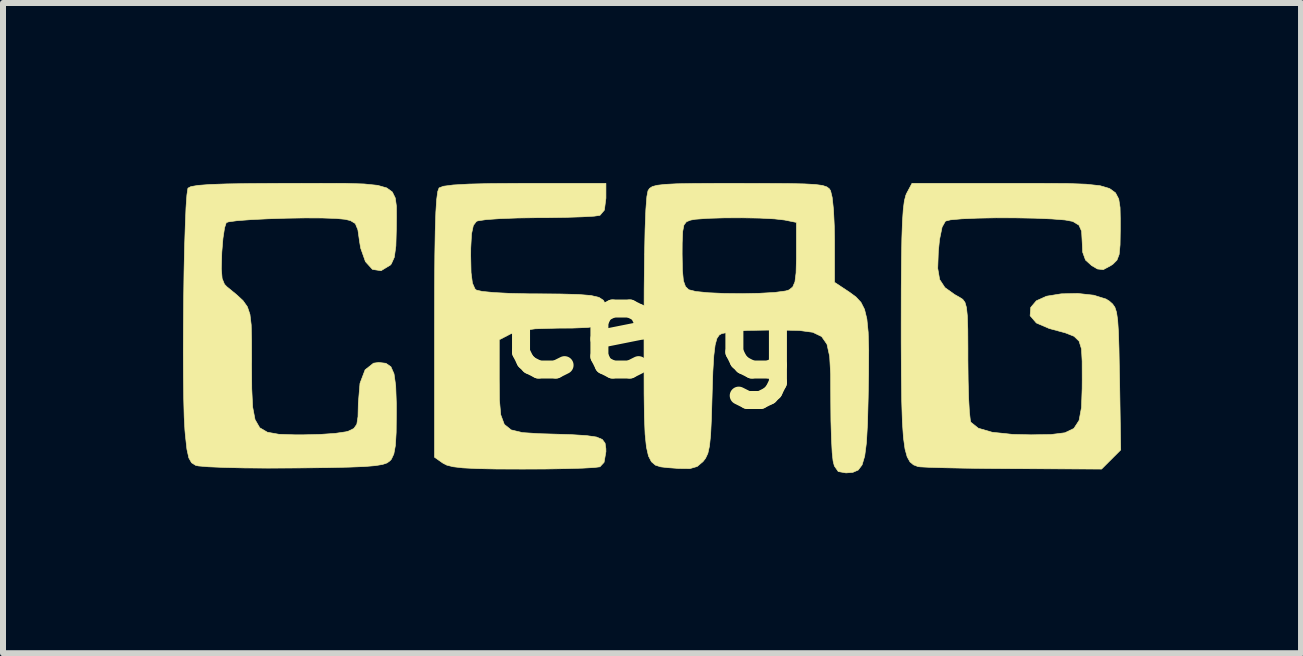
<source format=kicad_pcb>
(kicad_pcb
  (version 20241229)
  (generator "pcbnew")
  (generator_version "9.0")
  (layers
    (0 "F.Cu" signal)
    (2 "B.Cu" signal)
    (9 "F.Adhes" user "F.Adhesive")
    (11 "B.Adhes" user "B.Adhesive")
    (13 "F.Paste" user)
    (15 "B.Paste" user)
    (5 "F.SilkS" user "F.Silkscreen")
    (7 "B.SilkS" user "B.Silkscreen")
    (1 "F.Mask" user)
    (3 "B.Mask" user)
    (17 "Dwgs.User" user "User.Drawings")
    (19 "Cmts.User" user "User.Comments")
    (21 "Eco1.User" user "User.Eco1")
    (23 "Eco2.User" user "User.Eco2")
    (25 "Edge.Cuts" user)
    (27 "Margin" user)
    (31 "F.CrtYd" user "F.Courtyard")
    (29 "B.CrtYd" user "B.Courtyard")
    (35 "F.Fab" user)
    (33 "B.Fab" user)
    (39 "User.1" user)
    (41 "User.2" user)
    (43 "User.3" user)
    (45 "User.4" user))
  (footprint "cerg"
    (layer "F.Cu")
    (at 7.811 2.419)
    (property "Reference" "cerg" (at 0 0 0) (layer "F.SilkS") (effects (font (size 1.524 1.524) (thickness 0.3))))
    (attr smd)
    (fp_poly (pts (xy -0.762 -2.166) (xy -0.788 -1.967) (xy -0.862 -1.88) (xy -0.959 -1.866) (xy -1.158 -1.855) (xy -1.432 -1.846) (xy -1.757 -1.841) (xy -1.894 -1.841) (xy -2.232 -1.836) (xy -2.528 -1.825) (xy -2.758 -1.809) (xy -2.897 -1.788) (xy -2.921 -1.779) (xy -2.972 -1.711) (xy -3.002 -1.571) (xy -3.015 -1.337) (xy -3.016 -1.207) (xy -3.01 -0.926) (xy -2.987 -0.75) (xy -2.945 -0.655) (xy -2.921 -0.634) (xy -2.825 -0.612) (xy -2.629 -0.593) (xy -2.357 -0.579) (xy -2.037 -0.572) (xy -1.937 -0.572) (xy -1.524 -0.569) (xy -1.221 -0.561) (xy -1.011 -0.544) (xy -0.877 -0.512) (xy -0.802 -0.462) (xy -0.769 -0.391) (xy -0.762 -0.293) (xy -0.762 -0.285) (xy -0.771 -0.167) (xy -0.81 -0.087) (xy -0.902 -0.038) (xy -1.065 -0.011) (xy -1.32 -0.001) (xy -1.564 0) (xy -1.939 0.011) (xy -2.204 0.046) (xy -2.353 0.097) (xy -2.54 0.194) (xy -2.54 0.847) (xy -2.537 1.199) (xy -2.515 1.445) (xy -2.456 1.604) (xy -2.342 1.696) (xy -2.155 1.741) (xy -1.876 1.759) (xy -1.704 1.764) (xy -1.34 1.775) (xy -1.085 1.791) (xy -0.918 1.815) (xy -0.822 1.856) (xy -0.776 1.918) (xy -0.763 2.008) (xy -0.762 2.058) (xy -0.793 2.237) (xy -0.862 2.311) (xy -0.956 2.323) (xy -1.154 2.334) (xy -1.435 2.342) (xy -1.778 2.348) (xy -2.15 2.349) (xy -2.586 2.348) (xy -2.912 2.341) (xy -3.148 2.329) (xy -3.31 2.31) (xy -3.416 2.283) (xy -3.478 2.251) (xy -3.619 2.152) (xy -3.619 -0.054) (xy -3.618 -0.692) (xy -3.614 -1.211) (xy -3.607 -1.62) (xy -3.597 -1.929) (xy -3.583 -2.145) (xy -3.565 -2.278) (xy -3.543 -2.337) (xy -3.47 -2.365) (xy -3.308 -2.386) (xy -3.048 -2.401) (xy -2.68 -2.41) (xy -2.196 -2.413) (xy -2.115 -2.413) (xy -0.762 -2.413) (xy -0.762 -2.166)) (stroke (width 0.01) (type solid)) (fill yes) (layer "F.SilkS"))
    (fp_poly (pts (xy -5.1 -2.413) (xy -4.791 -2.403) (xy -4.567 -2.38) (xy -4.415 -2.337) (xy -4.322 -2.269) (xy -4.273 -2.169) (xy -4.254 -2.032) (xy -4.253 -1.852) (xy -4.255 -1.66) (xy -4.263 -1.369) (xy -4.289 -1.181) (xy -4.339 -1.07) (xy -4.354 -1.052) (xy -4.51 -0.957) (xy -4.653 -0.979) (xy -4.77 -1.108) (xy -4.85 -1.334) (xy -4.868 -1.443) (xy -4.896 -1.639) (xy -4.939 -1.743) (xy -5.019 -1.792) (xy -5.11 -1.814) (xy -5.259 -1.828) (xy -5.49 -1.836) (xy -5.775 -1.837) (xy -6.086 -1.832) (xy -6.398 -1.822) (xy -6.681 -1.808) (xy -6.909 -1.791) (xy -7.054 -1.771) (xy -7.09 -1.758) (xy -7.118 -1.673) (xy -7.145 -1.497) (xy -7.164 -1.267) (xy -7.165 -1.243) (xy -7.172 -0.988) (xy -7.159 -0.828) (xy -7.12 -0.732) (xy -7.081 -0.691) (xy -6.923 -0.562) (xy -6.811 -0.459) (xy -6.738 -0.356) (xy -6.695 -0.229) (xy -6.674 -0.053) (xy -6.668 0.198) (xy -6.667 0.548) (xy -6.668 0.598) (xy -6.665 1.011) (xy -6.65 1.315) (xy -6.61 1.525) (xy -6.532 1.66) (xy -6.404 1.735) (xy -6.213 1.769) (xy -5.947 1.778) (xy -5.802 1.778) (xy -5.522 1.771) (xy -5.274 1.754) (xy -5.096 1.728) (xy -5.052 1.716) (xy -4.963 1.672) (xy -4.914 1.602) (xy -4.894 1.474) (xy -4.889 1.254) (xy -4.861 0.919) (xy -4.776 0.695) (xy -4.636 0.584) (xy -4.549 0.572) (xy -4.429 0.586) (xy -4.346 0.643) (xy -4.294 0.761) (xy -4.266 0.959) (xy -4.255 1.257) (xy -4.255 1.414) (xy -4.258 1.736) (xy -4.271 1.956) (xy -4.297 2.097) (xy -4.338 2.185) (xy -4.361 2.211) (xy -4.409 2.246) (xy -4.485 2.272) (xy -4.607 2.292) (xy -4.788 2.307) (xy -5.046 2.317) (xy -5.396 2.325) (xy -5.854 2.33) (xy -5.964 2.331) (xy -6.395 2.333) (xy -6.789 2.33) (xy -7.126 2.322) (xy -7.388 2.311) (xy -7.553 2.297) (xy -7.598 2.288) (xy -7.668 2.244) (xy -7.714 2.163) (xy -7.746 2.018) (xy -7.772 1.78) (xy -7.779 1.702) (xy -7.791 1.485) (xy -7.799 1.183) (xy -7.804 0.816) (xy -7.806 0.402) (xy -7.804 -0.041) (xy -7.8 -0.492) (xy -7.794 -0.933) (xy -7.785 -1.345) (xy -7.773 -1.709) (xy -7.761 -2.007) (xy -7.746 -2.219) (xy -7.73 -2.327) (xy -7.727 -2.334) (xy -7.679 -2.359) (xy -7.562 -2.379) (xy -7.367 -2.394) (xy -7.081 -2.404) (xy -6.694 -2.41) (xy -6.194 -2.413) (xy -6.031 -2.413) (xy -5.509 -2.414) (xy -5.1 -2.413)) (stroke (width 0.01) (type solid)) (fill yes) (layer "F.SilkS"))
    (fp_poly (pts (xy 6.924 -2.411) (xy 7.242 -2.399) (xy 7.473 -2.374) (xy 7.632 -2.327) (xy 7.731 -2.255) (xy 7.785 -2.152) (xy 7.807 -2.01) (xy 7.811 -1.826) (xy 7.811 -1.638) (xy 7.807 -1.386) (xy 7.792 -1.229) (xy 7.755 -1.133) (xy 7.689 -1.067) (xy 7.652 -1.042) (xy 7.527 -0.975) (xy 7.43 -0.986) (xy 7.334 -1.042) (xy 7.231 -1.135) (xy 7.184 -1.265) (xy 7.176 -1.432) (xy 7.166 -1.616) (xy 7.122 -1.716) (xy 7.026 -1.774) (xy 7.013 -1.78) (xy 6.889 -1.803) (xy 6.672 -1.82) (xy 6.391 -1.832) (xy 6.072 -1.838) (xy 5.744 -1.839) (xy 5.434 -1.833) (xy 5.171 -1.822) (xy 4.981 -1.805) (xy 4.897 -1.784) (xy 4.841 -1.685) (xy 4.798 -1.476) (xy 4.778 -1.274) (xy 4.768 -0.997) (xy 4.8 -0.81) (xy 4.888 -0.676) (xy 5.05 -0.56) (xy 5.132 -0.514) (xy 5.185 -0.48) (xy 5.222 -0.43) (xy 5.247 -0.343) (xy 5.262 -0.201) (xy 5.269 0.019) (xy 5.271 0.336) (xy 5.271 0.526) (xy 5.275 0.868) (xy 5.283 1.166) (xy 5.296 1.398) (xy 5.312 1.539) (xy 5.32 1.568) (xy 5.445 1.668) (xy 5.675 1.735) (xy 6.017 1.771) (xy 6.322 1.778) (xy 6.655 1.773) (xy 6.887 1.744) (xy 7.037 1.672) (xy 7.124 1.538) (xy 7.164 1.323) (xy 7.175 1.007) (xy 7.176 0.856) (xy 7.175 0.551) (xy 7.164 0.346) (xy 7.124 0.217) (xy 7.04 0.136) (xy 6.893 0.078) (xy 6.667 0.017) (xy 6.624 0.005) (xy 6.412 -0.086) (xy 6.308 -0.207) (xy 6.318 -0.345) (xy 6.412 -0.456) (xy 6.581 -0.532) (xy 6.827 -0.572) (xy 7.104 -0.578) (xy 7.368 -0.549) (xy 7.573 -0.485) (xy 7.629 -0.45) (xy 7.682 -0.403) (xy 7.721 -0.347) (xy 7.748 -0.264) (xy 7.767 -0.134) (xy 7.78 0.062) (xy 7.789 0.341) (xy 7.796 0.723) (xy 7.799 0.85) (xy 7.818 2.03) (xy 7.499 2.349) (xy 6.02 2.342) (xy 5.594 2.339) (xy 5.208 2.334) (xy 4.879 2.327) (xy 4.629 2.32) (xy 4.475 2.312) (xy 4.438 2.307) (xy 4.365 2.279) (xy 4.306 2.23) (xy 4.259 2.146) (xy 4.223 2.016) (xy 4.197 1.827) (xy 4.179 1.566) (xy 4.168 1.222) (xy 4.162 0.782) (xy 4.159 0.232) (xy 4.159 -0.064) (xy 4.16 -0.65) (xy 4.164 -1.122) (xy 4.17 -1.492) (xy 4.18 -1.774) (xy 4.194 -1.98) (xy 4.212 -2.122) (xy 4.236 -2.214) (xy 4.249 -2.245) (xy 4.339 -2.413) (xy 5.976 -2.413) (xy 6.507 -2.413) (xy 6.924 -2.411)) (stroke (width 0.01) (type solid)) (fill yes) (layer "F.SilkS"))
    (fp_poly (pts (xy 1.928 -2.412) (xy 2.284 -2.41) (xy 2.546 -2.404) (xy 2.728 -2.394) (xy 2.848 -2.378) (xy 2.92 -2.354) (xy 2.961 -2.323) (xy 2.982 -2.29) (xy 3.009 -2.178) (xy 3.031 -1.972) (xy 3.044 -1.702) (xy 3.048 -1.466) (xy 3.048 -0.764) (xy 3.299 -0.598) (xy 3.407 -0.518) (xy 3.489 -0.429) (xy 3.548 -0.313) (xy 3.587 -0.153) (xy 3.609 0.069) (xy 3.618 0.369) (xy 3.616 0.765) (xy 3.609 1.155) (xy 3.598 1.586) (xy 3.58 1.907) (xy 3.551 2.132) (xy 3.507 2.28) (xy 3.443 2.365) (xy 3.353 2.404) (xy 3.239 2.413) (xy 3.11 2.39) (xy 3.045 2.297) (xy 3.024 2.215) (xy 3.009 2.077) (xy 2.997 1.843) (xy 2.988 1.545) (xy 2.985 1.214) (xy 2.985 1.174) (xy 2.983 0.768) (xy 2.967 0.472) (xy 2.922 0.268) (xy 2.833 0.14) (xy 2.685 0.069) (xy 2.463 0.039) (xy 2.15 0.032) (xy 1.984 0.032) (xy 1.597 0.038) (xy 1.329 0.058) (xy 1.169 0.091) (xy 1.128 0.113) (xy 1.088 0.171) (xy 1.058 0.28) (xy 1.036 0.459) (xy 1.02 0.726) (xy 1.008 1.1) (xy 1.007 1.139) (xy 0.996 1.511) (xy 0.983 1.779) (xy 0.964 1.964) (xy 0.937 2.087) (xy 0.898 2.17) (xy 0.857 2.223) (xy 0.759 2.306) (xy 0.638 2.341) (xy 0.446 2.339) (xy 0.401 2.335) (xy 0.263 2.325) (xy 0.151 2.312) (xy 0.063 2.284) (xy -0.004 2.227) (xy -0.053 2.131) (xy -0.087 1.982) (xy -0.109 1.769) (xy -0.121 1.478) (xy -0.126 1.098) (xy -0.127 0.616) (xy -0.127 0.02) (xy -0.127 -0.012) (xy -0.125 -0.65) (xy -0.119 -1.194) (xy -0.118 -1.234) (xy 0.508 -1.234) (xy 0.513 -0.963) (xy 0.529 -0.791) (xy 0.564 -0.693) (xy 0.619 -0.64) (xy 0.735 -0.611) (xy 0.944 -0.59) (xy 1.213 -0.578) (xy 1.51 -0.575) (xy 1.8 -0.581) (xy 2.052 -0.595) (xy 2.231 -0.619) (xy 2.29 -0.637) (xy 2.351 -0.686) (xy 2.388 -0.771) (xy 2.407 -0.92) (xy 2.413 -1.16) (xy 2.413 -1.233) (xy 2.413 -1.762) (xy 2.215 -1.802) (xy 2.048 -1.821) (xy 1.8 -1.834) (xy 1.507 -1.839) (xy 1.207 -1.838) (xy 0.936 -1.83) (xy 0.731 -1.815) (xy 0.651 -1.801) (xy 0.581 -1.774) (xy 0.538 -1.719) (xy 0.517 -1.609) (xy 0.509 -1.417) (xy 0.508 -1.234) (xy -0.118 -1.234) (xy -0.11 -1.636) (xy -0.097 -1.971) (xy -0.08 -2.191) (xy -0.061 -2.29) (xy -0.034 -2.33) (xy 0.012 -2.36) (xy 0.092 -2.381) (xy 0.223 -2.396) (xy 0.419 -2.406) (xy 0.698 -2.411) (xy 1.075 -2.413) (xy 1.46 -2.413) (xy 1.928 -2.412)) (stroke (width 0.01) (type solid)) (fill yes) (layer "F.SilkS")))
  (gr_rect
    (start -3 -3)
    (end 18.634 7.837)
    (stroke (width 0.1) (type default))
    (fill no)
    (layer "Edge.Cuts")))
</source>
